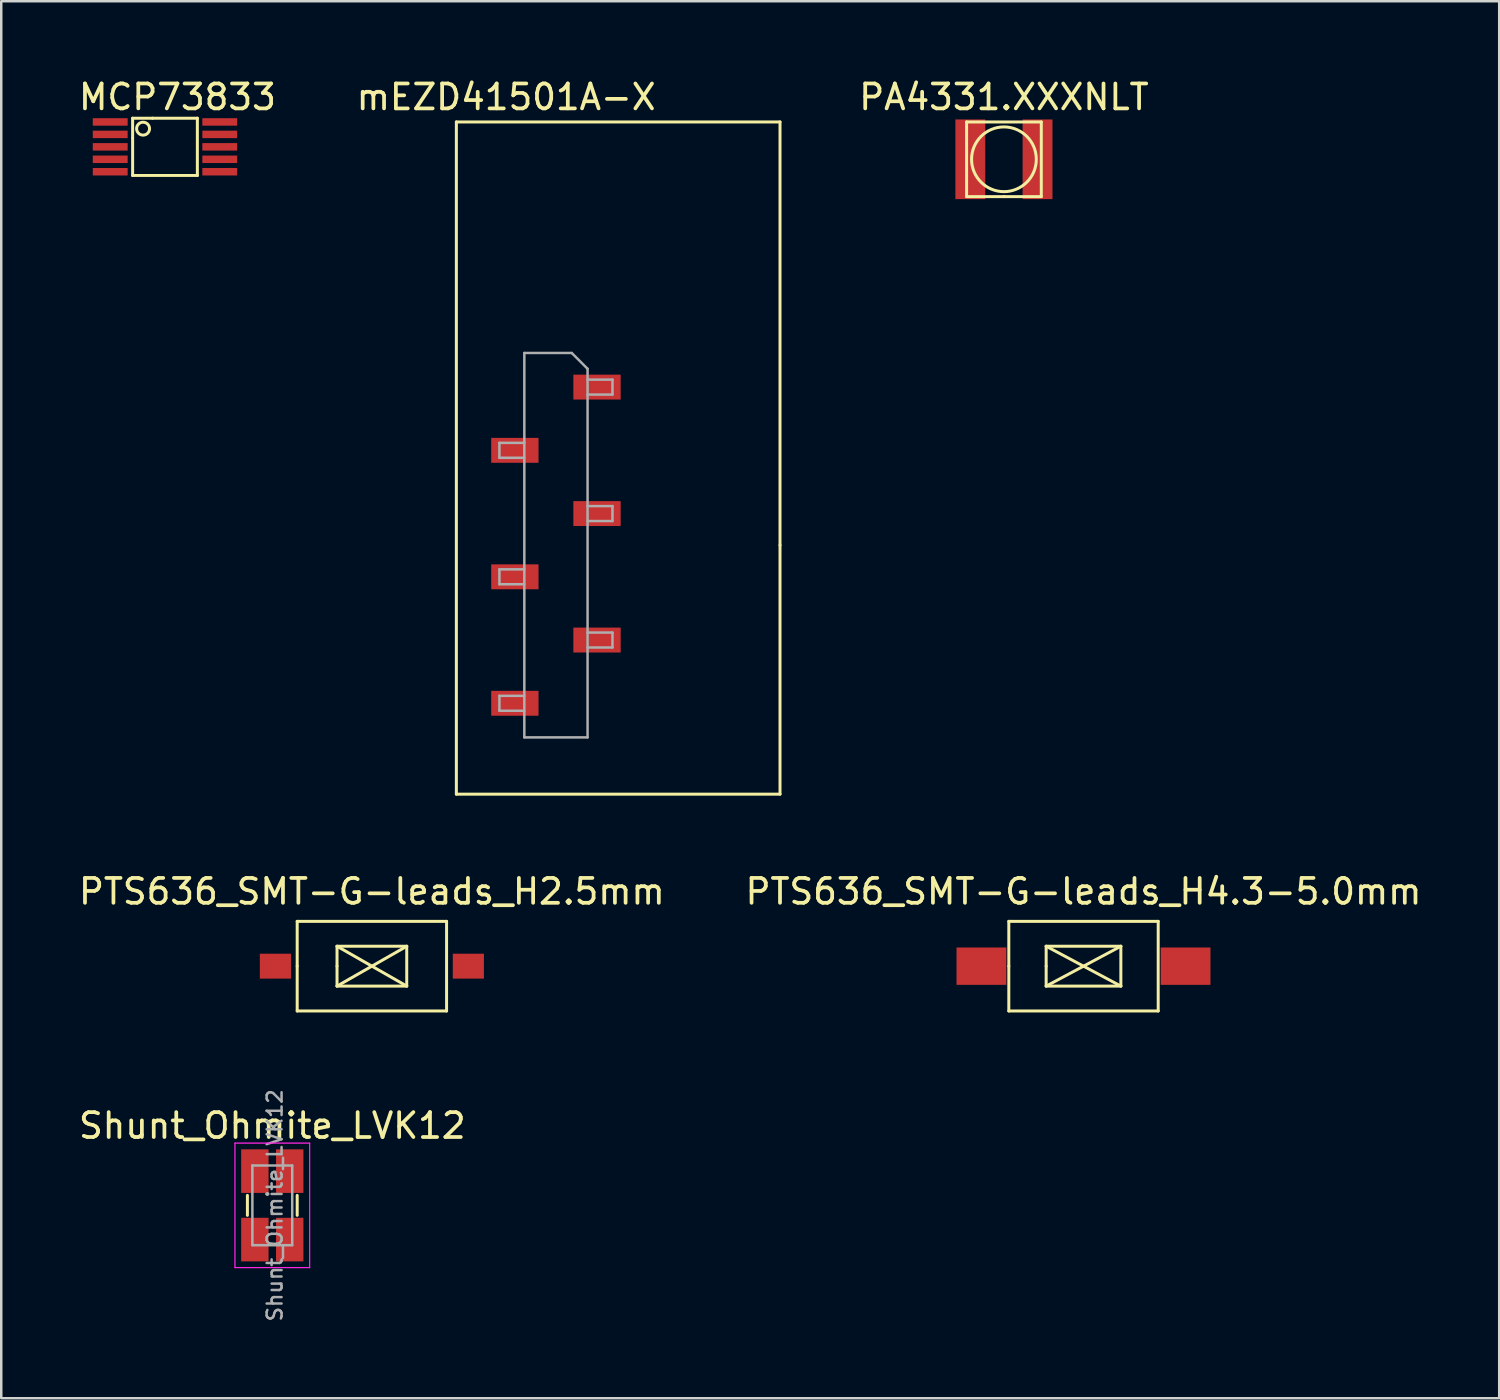
<source format=kicad_pcb>
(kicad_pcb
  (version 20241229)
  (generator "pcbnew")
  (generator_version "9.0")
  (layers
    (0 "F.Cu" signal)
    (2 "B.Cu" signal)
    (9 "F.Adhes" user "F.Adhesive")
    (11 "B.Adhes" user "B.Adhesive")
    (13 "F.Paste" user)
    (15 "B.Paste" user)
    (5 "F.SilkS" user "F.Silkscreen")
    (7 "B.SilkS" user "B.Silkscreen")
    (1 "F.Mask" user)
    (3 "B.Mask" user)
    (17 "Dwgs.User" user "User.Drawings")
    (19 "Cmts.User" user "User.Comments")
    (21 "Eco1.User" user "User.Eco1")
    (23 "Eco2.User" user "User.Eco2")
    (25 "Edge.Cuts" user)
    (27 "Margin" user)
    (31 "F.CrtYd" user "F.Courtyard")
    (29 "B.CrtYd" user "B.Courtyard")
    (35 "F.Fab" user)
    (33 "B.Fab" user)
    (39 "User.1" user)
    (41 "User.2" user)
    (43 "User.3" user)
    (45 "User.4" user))
  (footprint "MCP73833"
    (layer "F.Cu")
    (at 3.577 2.848)
    (property "Reference" "MCP73833" (at 0.5 -2 180) (layer "F.SilkS") (effects (font (size 1 1) (thickness 0.15))))
    (attr smd)
    (fp_line (start -1.3 -1.15) (end -0.5 -1.15) (stroke (width 0.12) (type solid)) (layer "F.SilkS"))
    (fp_line (start -1.3 -0.36) (end -1.3 -1.15) (stroke (width 0.12) (type solid)) (layer "F.SilkS"))
    (fp_line (start -1.3 1.15) (end -1.3 -0.35) (stroke (width 0.12) (type solid)) (layer "F.SilkS"))
    (fp_line (start -0.5 -1.15) (end 1.3 -1.15) (stroke (width 0.12) (type solid)) (layer "F.SilkS"))
    (fp_line (start 1.3 -1.15) (end 1.3 1.15) (stroke (width 0.12) (type solid)) (layer "F.SilkS"))
    (fp_line (start 1.3 1.15) (end -1.3 1.15) (stroke (width 0.12) (type solid)) (layer "F.SilkS"))
    (fp_circle (center -0.88 -0.73) (end -1.11 -0.61) (stroke (width 0.12) (type solid)) (fill no) (layer "F.SilkS"))
    (pad "1" smd rect (at -2.2 -1 270) (size 0.3 1.4) (layers "F.Cu" "F.Mask" "F.Paste"))
    (pad "2" smd rect (at -2.2 -0.5 270) (size 0.3 1.4) (layers "F.Cu" "F.Mask" "F.Paste"))
    (pad "3" smd rect (at -2.2 0 270) (size 0.3 1.4) (layers "F.Cu" "F.Mask" "F.Paste"))
    (pad "4" smd rect (at -2.2 0.5 270) (size 0.3 1.4) (layers "F.Cu" "F.Mask" "F.Paste"))
    (pad "5" smd rect (at -2.2 1 270) (size 0.3 1.4) (layers "F.Cu" "F.Mask" "F.Paste"))
    (pad "6" smd rect (at 2.2 1 270) (size 0.3 1.4) (layers "F.Cu" "F.Mask" "F.Paste"))
    (pad "7" smd rect (at 2.2 0.5 270) (size 0.3 1.4) (layers "F.Cu" "F.Mask" "F.Paste"))
    (pad "8" smd rect (at 2.2 0 270) (size 0.3 1.4) (layers "F.Cu" "F.Mask" "F.Paste"))
    (pad "9" smd rect (at 2.2 -0.5 270) (size 0.3 1.4) (layers "F.Cu" "F.Mask" "F.Paste"))
    (pad "10" smd rect (at 2.2 -1 270) (size 0.3 1.4) (layers "F.Cu" "F.Mask" "F.Paste")))
  (footprint "Shunt_Ohmite_LVK12"
    (layer "F.Cu")
    (at 7.887 45.364)
    (property "Reference" "Shunt_Ohmite_LVK12" (at 0 -3.2 180) (layer "F.SilkS") (effects (font (size 1 1) (thickness 0.15))))
    (attr smd)
    (fp_line (start -1 0.4) (end -1 -0.4) (stroke (width 0.12) (type solid)) (layer "F.SilkS"))
    (fp_line (start 1 -0.4) (end 1 0.4) (stroke (width 0.12) (type solid)) (layer "F.SilkS"))
    (fp_line (start -1.5 -2.5) (end 1.5 -2.5) (stroke (width 0.05) (type solid)) (layer "F.CrtYd"))
    (fp_line (start -1.5 2.5) (end -1.5 -2.5) (stroke (width 0.05) (type solid)) (layer "F.CrtYd"))
    (fp_line (start 1.5 -2.5) (end 1.5 2.5) (stroke (width 0.05) (type solid)) (layer "F.CrtYd"))
    (fp_line (start 1.5 2.5) (end -1.5 2.5) (stroke (width 0.05) (type solid)) (layer "F.CrtYd"))
    (fp_line (start -0.8 -1.6) (end -0.8 1.6) (stroke (width 0.1) (type solid)) (layer "F.Fab"))
    (fp_line (start -0.8 1.6) (end 0.8 1.6) (stroke (width 0.1) (type solid)) (layer "F.Fab"))
    (fp_line (start 0.8 -1.6) (end -0.8 -1.6) (stroke (width 0.1) (type solid)) (layer "F.Fab"))
    (fp_line (start 0.8 1.6) (end 0.8 -1.6) (stroke (width 0.1) (type solid)) (layer "F.Fab"))
    (fp_text user "${REFERENCE}" (at 0.1 0 90) (layer "F.Fab") (effects (font (size 0.6 0.6) (thickness 0.1))))
    (pad "1" smd rect (at -0.7 1.375) (size 1.1 1.75) (layers "F.Cu" "F.Mask" "F.Paste"))
    (pad "2" smd rect (at 0.7 1.375) (size 1.1 1.75) (layers "F.Cu" "F.Mask" "F.Paste"))
    (pad "3" smd rect (at 0.7 -1.375) (size 1.1 1.75) (layers "F.Cu" "F.Mask" "F.Paste"))
    (pad "4" smd rect (at -0.7 -1.375) (size 1.1 1.75) (layers "F.Cu" "F.Mask" "F.Paste")))
  (footprint "PTS636_SMT-G-leads_H4.3-5.0mm"
    (layer "F.Cu")
    (at 40.47 35.757)
    (property "Reference" "PTS636_SMT-G-leads_H4.3-5.0mm" (at 0 -3 0) (layer "F.SilkS") (effects (font (size 1 1) (thickness 0.15))))
    (attr through_hole)
    (fp_line (start -3 -1.8) (end -3 0) (stroke (width 0.12) (type solid)) (layer "F.SilkS"))
    (fp_line (start -3 0) (end -3 1.8) (stroke (width 0.12) (type solid)) (layer "F.SilkS"))
    (fp_line (start -3 1.8) (end 3 1.8) (stroke (width 0.12) (type solid)) (layer "F.SilkS"))
    (fp_line (start -1.5 -0.8) (end -1.5 0) (stroke (width 0.12) (type solid)) (layer "F.SilkS"))
    (fp_line (start -1.5 0) (end -1.5 0.8) (stroke (width 0.12) (type solid)) (layer "F.SilkS"))
    (fp_line (start -1.5 0.8) (end 1.5 -0.8) (stroke (width 0.12) (type solid)) (layer "F.SilkS"))
    (fp_line (start -1.5 0.8) (end 1.5 0.8) (stroke (width 0.12) (type solid)) (layer "F.SilkS"))
    (fp_line (start 1.5 -0.8) (end -1.5 -0.8) (stroke (width 0.12) (type solid)) (layer "F.SilkS"))
    (fp_line (start 1.5 0.8) (end -1.5 -0.8) (stroke (width 0.12) (type solid)) (layer "F.SilkS"))
    (fp_line (start 1.5 0.8) (end 1.5 -0.8) (stroke (width 0.12) (type solid)) (layer "F.SilkS"))
    (fp_line (start 3 -1.8) (end -3 -1.8) (stroke (width 0.12) (type solid)) (layer "F.SilkS"))
    (fp_line (start 3 1.8) (end 3 -1.8) (stroke (width 0.12) (type solid)) (layer "F.SilkS"))
    (pad "1" smd rect (at -4.1 0) (size 2 1.5) (layers "F.Cu" "F.Mask" "F.Paste"))
    (pad "2" smd rect (at 4.1 0) (size 2 1.5) (layers "F.Cu" "F.Mask" "F.Paste")))
  (footprint "mEZD41501A-X"
    (layer "F.Cu")
    (at 19.28 18.848)
    (property "Reference" "mEZD41501A-X" (at -2 -18 0) (layer "F.SilkS") (effects (font (size 1 1) (thickness 0.15))))
    (attr smd)
    (fp_line (start -4 -17) (end 9 -17) (stroke (width 0.12) (type solid)) (layer "F.SilkS"))
    (fp_line (start -4 10) (end -4 -17) (stroke (width 0.12) (type solid)) (layer "F.SilkS"))
    (fp_line (start 9 -17) (end 9 0) (stroke (width 0.12) (type solid)) (layer "F.SilkS"))
    (fp_line (start 9 0) (end 9 10) (stroke (width 0.12) (type solid)) (layer "F.SilkS"))
    (fp_line (start 9 10) (end -4 10) (stroke (width 0.12) (type solid)) (layer "F.SilkS"))
    (fp_line (start -2.27 -4.11) (end -1.27 -4.11) (stroke (width 0.1) (type solid)) (layer "F.Fab"))
    (fp_line (start -2.27 -3.51) (end -2.27 -4.11) (stroke (width 0.1) (type solid)) (layer "F.Fab"))
    (fp_line (start -2.27 0.97) (end -1.27 0.97) (stroke (width 0.1) (type solid)) (layer "F.Fab"))
    (fp_line (start -2.27 1.57) (end -2.27 0.97) (stroke (width 0.1) (type solid)) (layer "F.Fab"))
    (fp_line (start -2.27 6.05) (end -1.27 6.05) (stroke (width 0.1) (type solid)) (layer "F.Fab"))
    (fp_line (start -2.27 6.65) (end -2.27 6.05) (stroke (width 0.1) (type solid)) (layer "F.Fab"))
    (fp_line (start -1.27 -7.72) (end 0.635 -7.72) (stroke (width 0.1) (type solid)) (layer "F.Fab"))
    (fp_line (start -1.27 -3.51) (end -2.27 -3.51) (stroke (width 0.1) (type solid)) (layer "F.Fab"))
    (fp_line (start -1.27 1.57) (end -2.27 1.57) (stroke (width 0.1) (type solid)) (layer "F.Fab"))
    (fp_line (start -1.27 6.65) (end -2.27 6.65) (stroke (width 0.1) (type solid)) (layer "F.Fab"))
    (fp_line (start -1.27 7.72) (end -1.27 -7.72) (stroke (width 0.1) (type solid)) (layer "F.Fab"))
    (fp_line (start 0.635 -7.72) (end 1.27 -7.085) (stroke (width 0.1) (type solid)) (layer "F.Fab"))
    (fp_line (start 1.27 -7.085) (end 1.27 7.72) (stroke (width 0.1) (type solid)) (layer "F.Fab"))
    (fp_line (start 1.27 -6.65) (end 2.27 -6.65) (stroke (width 0.1) (type solid)) (layer "F.Fab"))
    (fp_line (start 1.27 -1.57) (end 2.27 -1.57) (stroke (width 0.1) (type solid)) (layer "F.Fab"))
    (fp_line (start 1.27 3.51) (end 2.27 3.51) (stroke (width 0.1) (type solid)) (layer "F.Fab"))
    (fp_line (start 1.27 7.72) (end -1.27 7.72) (stroke (width 0.1) (type solid)) (layer "F.Fab"))
    (fp_line (start 2.27 -6.65) (end 2.27 -6.05) (stroke (width 0.1) (type solid)) (layer "F.Fab"))
    (fp_line (start 2.27 -6.05) (end 1.27 -6.05) (stroke (width 0.1) (type solid)) (layer "F.Fab"))
    (fp_line (start 2.27 -1.57) (end 2.27 -0.97) (stroke (width 0.1) (type solid)) (layer "F.Fab"))
    (fp_line (start 2.27 -0.97) (end 1.27 -0.97) (stroke (width 0.1) (type solid)) (layer "F.Fab"))
    (fp_line (start 2.27 3.51) (end 2.27 4.11) (stroke (width 0.1) (type solid)) (layer "F.Fab"))
    (fp_line (start 2.27 4.11) (end 1.27 4.11) (stroke (width 0.1) (type solid)) (layer "F.Fab"))
    (pad "1" smd rect (at 1.65 -6.35) (size 1.9 1) (layers "F.Cu" "F.Mask" "F.Paste"))
    (pad "2" smd rect (at -1.65 -3.81) (size 1.9 1) (layers "F.Cu" "F.Mask" "F.Paste"))
    (pad "3" smd rect (at 1.65 -1.27) (size 1.9 1) (layers "F.Cu" "F.Mask" "F.Paste"))
    (pad "4" smd rect (at -1.65 1.27) (size 1.9 1) (layers "F.Cu" "F.Mask" "F.Paste"))
    (pad "5" smd rect (at 1.65 3.81) (size 1.9 1) (layers "F.Cu" "F.Mask" "F.Paste"))
    (pad "6" smd rect (at -1.65 6.35) (size 1.9 1) (layers "F.Cu" "F.Mask" "F.Paste")))
  (footprint "PA4331.XXXNLT"
    (layer "F.Cu")
    (at 37.274 3.348)
    (property "Reference" "PA4331.XXXNLT" (at 0 -2.5 0) (layer "F.SilkS") (effects (font (size 1 1) (thickness 0.15))))
    (attr through_hole)
    (fp_line (start -1.5 -1.5) (end 1.5 -1.5) (stroke (width 0.12) (type solid)) (layer "F.SilkS"))
    (fp_line (start -1.5 1.5) (end -1.5 -1.5) (stroke (width 0.12) (type solid)) (layer "F.SilkS"))
    (fp_line (start 0 1.5) (end -1.5 1.5) (stroke (width 0.12) (type solid)) (layer "F.SilkS"))
    (fp_line (start 1.5 -1.5) (end 1.5 1.5) (stroke (width 0.12) (type solid)) (layer "F.SilkS"))
    (fp_line (start 1.5 1.5) (end 0 1.5) (stroke (width 0.12) (type solid)) (layer "F.SilkS"))
    (fp_circle (center 0 0) (end 0.5 1.2) (stroke (width 0.12) (type solid)) (fill no) (layer "F.SilkS"))
    (pad "1" smd rect (at -1.35 0 90) (size 3.2 1.2) (layers "F.Cu" "F.Mask" "F.Paste"))
    (pad "2" smd rect (at 1.35 0 90) (size 3.2 1.2) (layers "F.Cu" "F.Mask" "F.Paste")))
  (footprint "PTS636_SMT-G-leads_H2.5mm"
    (layer "F.Cu")
    (at 11.887 35.757)
    (property "Reference" "PTS636_SMT-G-leads_H2.5mm" (at 0 -3 0) (layer "F.SilkS") (effects (font (size 1 1) (thickness 0.15))))
    (attr smd)
    (fp_line (start -3 -1.8) (end -3 0) (stroke (width 0.12) (type solid)) (layer "F.SilkS"))
    (fp_line (start -3 0) (end -3 1.8) (stroke (width 0.12) (type solid)) (layer "F.SilkS"))
    (fp_line (start -3 1.8) (end 3 1.8) (stroke (width 0.12) (type solid)) (layer "F.SilkS"))
    (fp_line (start -1.4 -0.8) (end -1.4 0) (stroke (width 0.12) (type solid)) (layer "F.SilkS"))
    (fp_line (start -1.4 0) (end -1.4 0.8) (stroke (width 0.12) (type solid)) (layer "F.SilkS"))
    (fp_line (start -1.4 0.8) (end 1.4 -0.8) (stroke (width 0.12) (type solid)) (layer "F.SilkS"))
    (fp_line (start -1.4 0.8) (end 1.4 0.8) (stroke (width 0.12) (type solid)) (layer "F.SilkS"))
    (fp_line (start 1.4 -0.8) (end -1.4 -0.8) (stroke (width 0.12) (type solid)) (layer "F.SilkS"))
    (fp_line (start 1.4 0.8) (end -1.4 -0.8) (stroke (width 0.12) (type solid)) (layer "F.SilkS"))
    (fp_line (start 1.4 0.8) (end 1.4 -0.8) (stroke (width 0.12) (type solid)) (layer "F.SilkS"))
    (fp_line (start 3 -1.8) (end -3 -1.8) (stroke (width 0.12) (type solid)) (layer "F.SilkS"))
    (fp_line (start 3 1.8) (end 3 -1.8) (stroke (width 0.12) (type solid)) (layer "F.SilkS"))
    (pad "1" smd rect (at -3.875 0) (size 1.25 1) (layers "F.Cu" "F.Mask" "F.Paste"))
    (pad "2" smd rect (at 3.875 0) (size 1.25 1) (layers "F.Cu" "F.Mask" "F.Paste")))
  (gr_rect
    (start -3 -3)
    (end 57.167 53.111)
    (stroke (width 0.1) (type default))
    (fill no)
    (layer "Edge.Cuts")))
</source>
